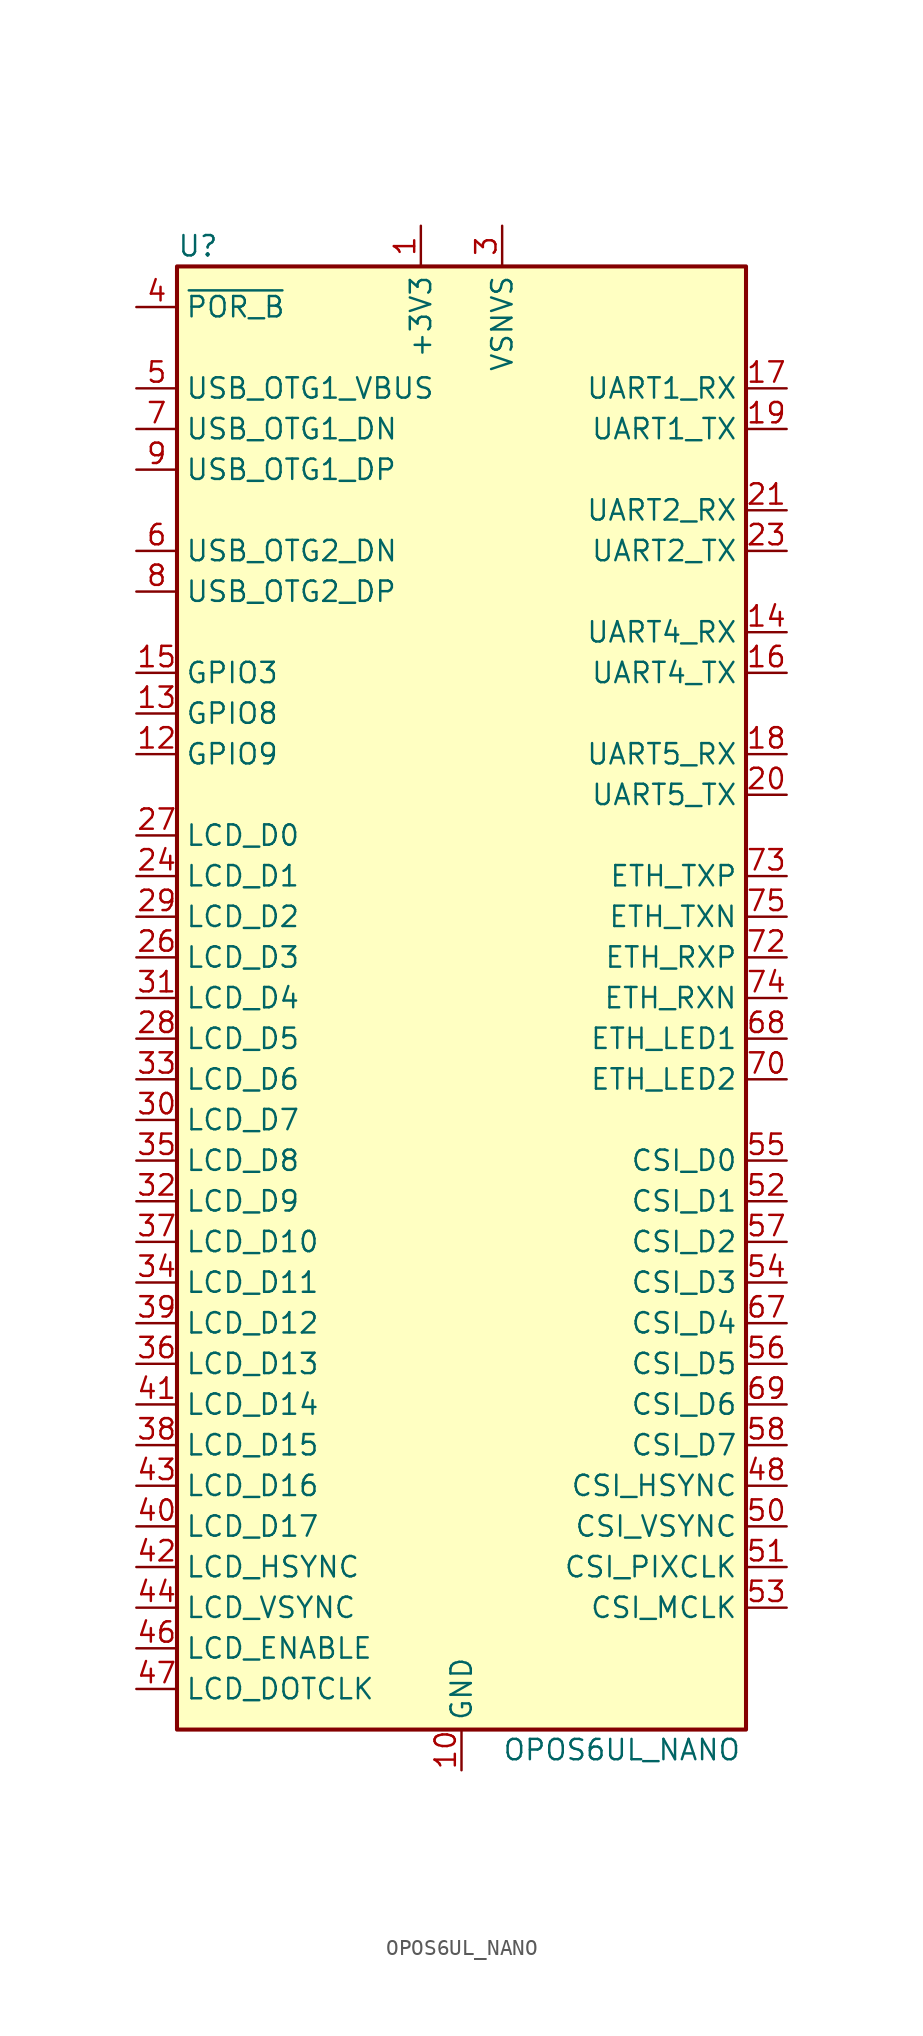
<source format=kicad_sym>
(kicad_symbol_lib
  (version 20201005)
  (generator kicad_symbol_editor)
  (symbol "MCU_Module:OPOS6UL_NANO"
    (property "Reference" "U"
      (at -17.78 46.99 0)
      (effects (font (size 1.27 1.27)) (justify left)))
    (property "Value" "OPOS6UL_NANO"
      (at 2.54 -46.99 0)
      (effects (font (size 1.27 1.27)) (justify left)))
    (symbol "OPOS6UL_NANO_0_1"
      (rectangle (start -17.78 45.72) (end 17.78 -45.72) (stroke (width 0.254)) (fill (type background))))
    (symbol "OPOS6UL_NANO_1_1"
      (pin power_in line (at -2.54 48.26 270) (length 2.54) (name "+3V3" (effects (font (size 1.27 1.27)))) (number "1" (effects (font (size 1.27 1.27)))))
      (pin power_in line (at 0 -48.26 90) (length 2.54) (name "GND" (effects (font (size 1.27 1.27)))) (number "10" (effects (font (size 1.27 1.27)))))
      (pin passive line (at 0 -48.26 90) (length 2.54) hide (name "GND" (effects (font (size 1.27 1.27)))) (number "11" (effects (font (size 1.27 1.27)))))
      (pin bidirectional line (at -20.32 15.24 0) (length 2.54) (name "GPIO9" (effects (font (size 1.27 1.27)))) (number "12" (effects (font (size 1.27 1.27)))))
      (pin bidirectional line (at -20.32 17.78 0) (length 2.54) (name "GPIO8" (effects (font (size 1.27 1.27)))) (number "13" (effects (font (size 1.27 1.27)))))
      (pin bidirectional line (at 20.32 22.86 180) (length 2.54) (name "UART4_RX" (effects (font (size 1.27 1.27)))) (number "14" (effects (font (size 1.27 1.27)))))
      (pin bidirectional line (at -20.32 20.32 0) (length 2.54) (name "GPIO3" (effects (font (size 1.27 1.27)))) (number "15" (effects (font (size 1.27 1.27)))))
      (pin bidirectional line (at 20.32 20.32 180) (length 2.54) (name "UART4_TX" (effects (font (size 1.27 1.27)))) (number "16" (effects (font (size 1.27 1.27)))))
      (pin bidirectional line (at 20.32 38.1 180) (length 2.54) (name "UART1_RX" (effects (font (size 1.27 1.27)))) (number "17" (effects (font (size 1.27 1.27)))))
      (pin bidirectional line (at 20.32 15.24 180) (length 2.54) (name "UART5_RX" (effects (font (size 1.27 1.27)))) (number "18" (effects (font (size 1.27 1.27)))))
      (pin bidirectional line (at 20.32 35.56 180) (length 2.54) (name "UART1_TX" (effects (font (size 1.27 1.27)))) (number "19" (effects (font (size 1.27 1.27)))))
      (pin passive line (at -2.54 48.26 270) (length 2.54) hide (name "+3V3" (effects (font (size 1.27 1.27)))) (number "2" (effects (font (size 1.27 1.27)))))
      (pin bidirectional line (at 20.32 12.7 180) (length 2.54) (name "UART5_TX" (effects (font (size 1.27 1.27)))) (number "20" (effects (font (size 1.27 1.27)))))
      (pin bidirectional line (at 20.32 30.48 180) (length 2.54) (name "UART2_RX" (effects (font (size 1.27 1.27)))) (number "21" (effects (font (size 1.27 1.27)))))
      (pin passive line (at 0 -48.26 90) (length 2.54) hide (name "GND" (effects (font (size 1.27 1.27)))) (number "22" (effects (font (size 1.27 1.27)))))
      (pin bidirectional line (at 20.32 27.94 180) (length 2.54) (name "UART2_TX" (effects (font (size 1.27 1.27)))) (number "23" (effects (font (size 1.27 1.27)))))
      (pin bidirectional line (at -20.32 7.62 0) (length 2.54) (name "LCD_D1" (effects (font (size 1.27 1.27)))) (number "24" (effects (font (size 1.27 1.27)))))
      (pin passive line (at 0 -48.26 90) (length 2.54) hide (name "GND" (effects (font (size 1.27 1.27)))) (number "25" (effects (font (size 1.27 1.27)))))
      (pin bidirectional line (at -20.32 2.54 0) (length 2.54) (name "LCD_D3" (effects (font (size 1.27 1.27)))) (number "26" (effects (font (size 1.27 1.27)))))
      (pin bidirectional line (at -20.32 10.16 0) (length 2.54) (name "LCD_D0" (effects (font (size 1.27 1.27)))) (number "27" (effects (font (size 1.27 1.27)))))
      (pin bidirectional line (at -20.32 -2.54 0) (length 2.54) (name "LCD_D5" (effects (font (size 1.27 1.27)))) (number "28" (effects (font (size 1.27 1.27)))))
      (pin bidirectional line (at -20.32 5.08 0) (length 2.54) (name "LCD_D2" (effects (font (size 1.27 1.27)))) (number "29" (effects (font (size 1.27 1.27)))))
      (pin power_in line (at 2.54 48.26 270) (length 2.54) (name "VSNVS" (effects (font (size 1.27 1.27)))) (number "3" (effects (font (size 1.27 1.27)))))
      (pin bidirectional line (at -20.32 -7.62 0) (length 2.54) (name "LCD_D7" (effects (font (size 1.27 1.27)))) (number "30" (effects (font (size 1.27 1.27)))))
      (pin bidirectional line (at -20.32 0 0) (length 2.54) (name "LCD_D4" (effects (font (size 1.27 1.27)))) (number "31" (effects (font (size 1.27 1.27)))))
      (pin bidirectional line (at -20.32 -12.7 0) (length 2.54) (name "LCD_D9" (effects (font (size 1.27 1.27)))) (number "32" (effects (font (size 1.27 1.27)))))
      (pin bidirectional line (at -20.32 -5.08 0) (length 2.54) (name "LCD_D6" (effects (font (size 1.27 1.27)))) (number "33" (effects (font (size 1.27 1.27)))))
      (pin bidirectional line (at -20.32 -17.78 0) (length 2.54) (name "LCD_D11" (effects (font (size 1.27 1.27)))) (number "34" (effects (font (size 1.27 1.27)))))
      (pin bidirectional line (at -20.32 -10.16 0) (length 2.54) (name "LCD_D8" (effects (font (size 1.27 1.27)))) (number "35" (effects (font (size 1.27 1.27)))))
      (pin bidirectional line (at -20.32 -22.86 0) (length 2.54) (name "LCD_D13" (effects (font (size 1.27 1.27)))) (number "36" (effects (font (size 1.27 1.27)))))
      (pin bidirectional line (at -20.32 -15.24 0) (length 2.54) (name "LCD_D10" (effects (font (size 1.27 1.27)))) (number "37" (effects (font (size 1.27 1.27)))))
      (pin bidirectional line (at -20.32 -27.94 0) (length 2.54) (name "LCD_D15" (effects (font (size 1.27 1.27)))) (number "38" (effects (font (size 1.27 1.27)))))
      (pin bidirectional line (at -20.32 -20.32 0) (length 2.54) (name "LCD_D12" (effects (font (size 1.27 1.27)))) (number "39" (effects (font (size 1.27 1.27)))))
      (pin input line (at -20.32 43.18 0) (length 2.54) (name "~POR_B" (effects (font (size 1.27 1.27)))) (number "4" (effects (font (size 1.27 1.27)))))
      (pin bidirectional line (at -20.32 -33.02 0) (length 2.54) (name "LCD_D17" (effects (font (size 1.27 1.27)))) (number "40" (effects (font (size 1.27 1.27)))))
      (pin bidirectional line (at -20.32 -25.4 0) (length 2.54) (name "LCD_D14" (effects (font (size 1.27 1.27)))) (number "41" (effects (font (size 1.27 1.27)))))
      (pin bidirectional line (at -20.32 -35.56 0) (length 2.54) (name "LCD_HSYNC" (effects (font (size 1.27 1.27)))) (number "42" (effects (font (size 1.27 1.27)))))
      (pin bidirectional line (at -20.32 -30.48 0) (length 2.54) (name "LCD_D16" (effects (font (size 1.27 1.27)))) (number "43" (effects (font (size 1.27 1.27)))))
      (pin bidirectional line (at -20.32 -38.1 0) (length 2.54) (name "LCD_VSYNC" (effects (font (size 1.27 1.27)))) (number "44" (effects (font (size 1.27 1.27)))))
      (pin passive line (at 0 -48.26 90) (length 2.54) hide (name "GND" (effects (font (size 1.27 1.27)))) (number "45" (effects (font (size 1.27 1.27)))))
      (pin bidirectional line (at -20.32 -40.64 0) (length 2.54) (name "LCD_ENABLE" (effects (font (size 1.27 1.27)))) (number "46" (effects (font (size 1.27 1.27)))))
      (pin bidirectional line (at -20.32 -43.18 0) (length 2.54) (name "LCD_DOTCLK" (effects (font (size 1.27 1.27)))) (number "47" (effects (font (size 1.27 1.27)))))
      (pin bidirectional line (at 20.32 -30.48 180) (length 2.54) (name "CSI_HSYNC" (effects (font (size 1.27 1.27)))) (number "48" (effects (font (size 1.27 1.27)))))
      (pin passive line (at 0 -48.26 90) (length 2.54) hide (name "GND" (effects (font (size 1.27 1.27)))) (number "49" (effects (font (size 1.27 1.27)))))
      (pin power_in line (at -20.32 38.1 0) (length 2.54) (name "USB_OTG1_VBUS" (effects (font (size 1.27 1.27)))) (number "5" (effects (font (size 1.27 1.27)))))
      (pin bidirectional line (at 20.32 -33.02 180) (length 2.54) (name "CSI_VSYNC" (effects (font (size 1.27 1.27)))) (number "50" (effects (font (size 1.27 1.27)))))
      (pin bidirectional line (at 20.32 -35.56 180) (length 2.54) (name "CSI_PIXCLK" (effects (font (size 1.27 1.27)))) (number "51" (effects (font (size 1.27 1.27)))))
      (pin bidirectional line (at 20.32 -12.7 180) (length 2.54) (name "CSI_D1" (effects (font (size 1.27 1.27)))) (number "52" (effects (font (size 1.27 1.27)))))
      (pin bidirectional line (at 20.32 -38.1 180) (length 2.54) (name "CSI_MCLK" (effects (font (size 1.27 1.27)))) (number "53" (effects (font (size 1.27 1.27)))))
      (pin bidirectional line (at 20.32 -17.78 180) (length 2.54) (name "CSI_D3" (effects (font (size 1.27 1.27)))) (number "54" (effects (font (size 1.27 1.27)))))
      (pin bidirectional line (at 20.32 -10.16 180) (length 2.54) (name "CSI_D0" (effects (font (size 1.27 1.27)))) (number "55" (effects (font (size 1.27 1.27)))))
      (pin bidirectional line (at 20.32 -22.86 180) (length 2.54) (name "CSI_D5" (effects (font (size 1.27 1.27)))) (number "56" (effects (font (size 1.27 1.27)))))
      (pin bidirectional line (at 20.32 -15.24 180) (length 2.54) (name "CSI_D2" (effects (font (size 1.27 1.27)))) (number "57" (effects (font (size 1.27 1.27)))))
      (pin bidirectional line (at 20.32 -27.94 180) (length 2.54) (name "CSI_D7" (effects (font (size 1.27 1.27)))) (number "58" (effects (font (size 1.27 1.27)))))
      (pin bidirectional line (at -20.32 27.94 0) (length 2.54) (name "USB_OTG2_DN" (effects (font (size 1.27 1.27)))) (number "6" (effects (font (size 1.27 1.27)))))
      (pin bidirectional line (at 20.32 -20.32 180) (length 2.54) (name "CSI_D4" (effects (font (size 1.27 1.27)))) (number "67" (effects (font (size 1.27 1.27)))))
      (pin output line (at 20.32 -2.54 180) (length 2.54) (name "ETH_LED1" (effects (font (size 1.27 1.27)))) (number "68" (effects (font (size 1.27 1.27)))))
      (pin bidirectional line (at 20.32 -25.4 180) (length 2.54) (name "CSI_D6" (effects (font (size 1.27 1.27)))) (number "69" (effects (font (size 1.27 1.27)))))
      (pin bidirectional line (at -20.32 35.56 0) (length 2.54) (name "USB_OTG1_DN" (effects (font (size 1.27 1.27)))) (number "7" (effects (font (size 1.27 1.27)))))
      (pin output line (at 20.32 -5.08 180) (length 2.54) (name "ETH_LED2" (effects (font (size 1.27 1.27)))) (number "70" (effects (font (size 1.27 1.27)))))
      (pin passive line (at 0 -48.26 90) (length 2.54) hide (name "GND" (effects (font (size 1.27 1.27)))) (number "71" (effects (font (size 1.27 1.27)))))
      (pin input line (at 20.32 2.54 180) (length 2.54) (name "ETH_RXP" (effects (font (size 1.27 1.27)))) (number "72" (effects (font (size 1.27 1.27)))))
      (pin output line (at 20.32 7.62 180) (length 2.54) (name "ETH_TXP" (effects (font (size 1.27 1.27)))) (number "73" (effects (font (size 1.27 1.27)))))
      (pin input line (at 20.32 0 180) (length 2.54) (name "ETH_RXN" (effects (font (size 1.27 1.27)))) (number "74" (effects (font (size 1.27 1.27)))))
      (pin output line (at 20.32 5.08 180) (length 2.54) (name "ETH_TXN" (effects (font (size 1.27 1.27)))) (number "75" (effects (font (size 1.27 1.27)))))
      (pin bidirectional line (at -20.32 25.4 0) (length 2.54) (name "USB_OTG2_DP" (effects (font (size 1.27 1.27)))) (number "8" (effects (font (size 1.27 1.27)))))
      (pin bidirectional line (at -20.32 33.02 0) (length 2.54) (name "USB_OTG1_DP" (effects (font (size 1.27 1.27)))) (number "9" (effects (font (size 1.27 1.27))))))))
</source>
